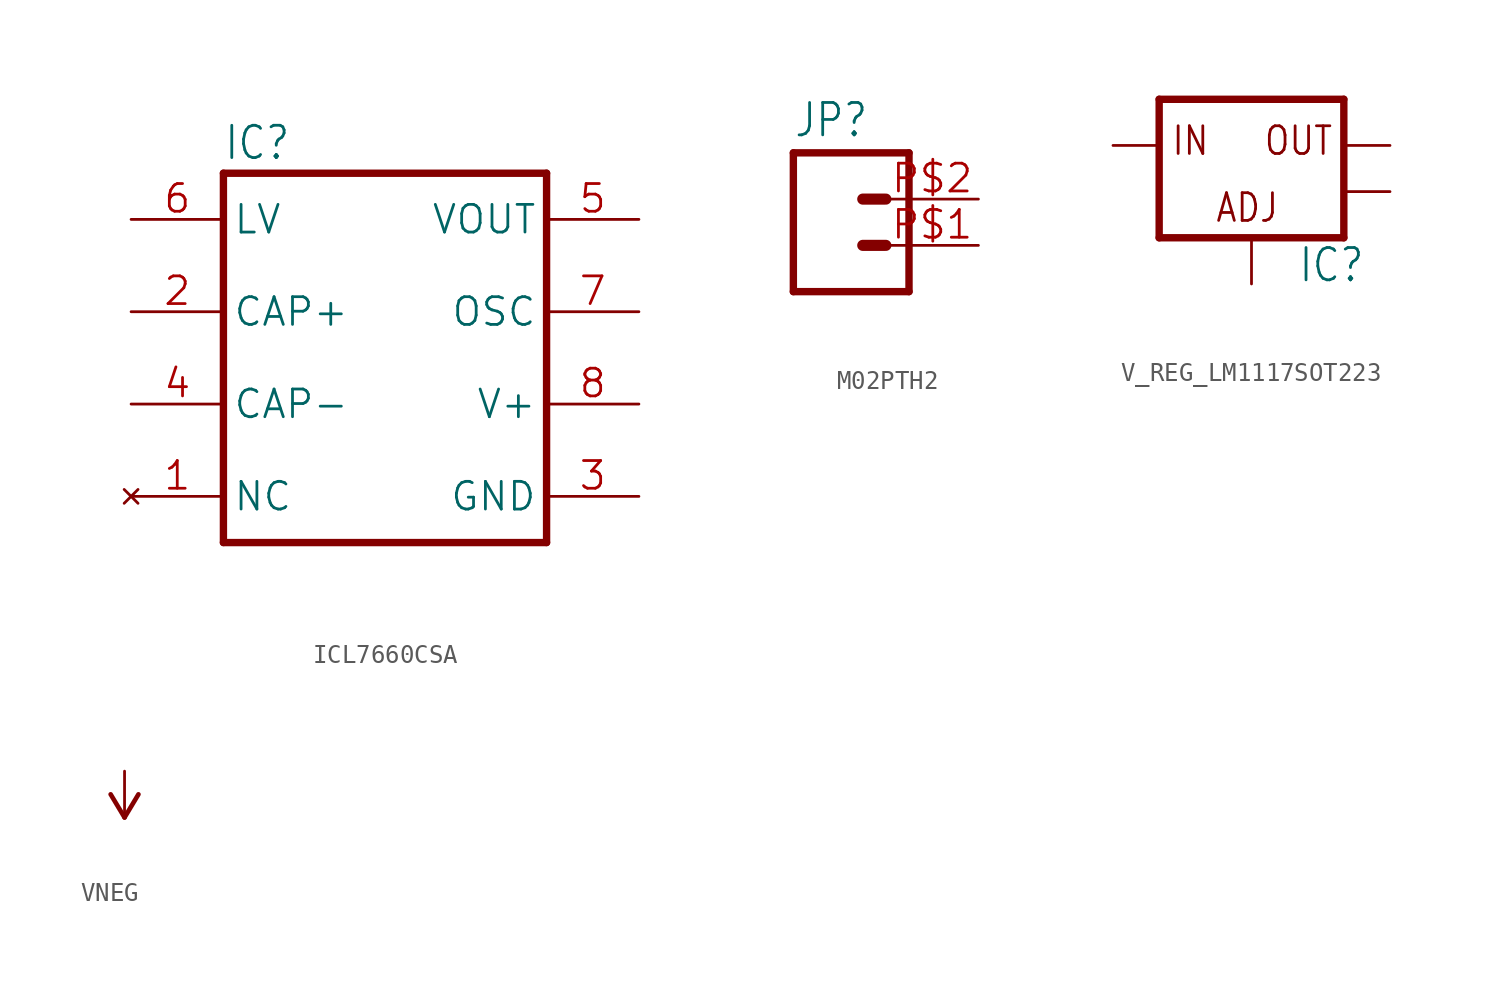
<source format=kicad_sym>
(kicad_symbol_lib
  (version 20241209)
  (generator "kicad_symbol_editor")
  (generator_version "9.0")
  (symbol "ICL7660CSA"
    (property "Reference" "IC"
      (at -10.16 10.795 0)
      (effects (font (size 1.778 1.511)) (justify left bottom)))
    (property "Value" ""
      (at -10.16 -12.7 0)
      (effects (font (size 1.778 1.511)) (justify left bottom)))
    (property "ki_locked" ""
      (at 0 0 0)
      (effects (font (size 1.27 1.27))))
    (symbol "ICL7660CSA_1_0"
      (polyline (pts (xy -10.16 -10.16) (xy -10.16 10.16)) (stroke (width 0.406) (type solid)) (fill (type none)))
      (polyline (pts (xy -10.16 -10.16) (xy 7.62 -10.16)) (stroke (width 0.406) (type solid)) (fill (type none)))
      (polyline (pts (xy 7.62 10.16) (xy -10.16 10.16)) (stroke (width 0.406) (type solid)) (fill (type none)))
      (polyline (pts (xy 7.62 10.16) (xy 7.62 -10.16)) (stroke (width 0.406) (type solid)) (fill (type none)))
      (pin passive line (at -15.24 7.62 0) (length 5.08) (name "LV" (effects (font (size 1.524 1.524)))) (number "6" (effects (font (size 1.524 1.524)))))
      (pin passive line (at -15.24 2.54 0) (length 5.08) (name "CAP+" (effects (font (size 1.524 1.524)))) (number "2" (effects (font (size 1.524 1.524)))))
      (pin passive line (at -15.24 -2.54 0) (length 5.08) (name "CAP-" (effects (font (size 1.524 1.524)))) (number "4" (effects (font (size 1.524 1.524)))))
      (pin no_connect line (at -15.24 -7.62 0) (length 5.08) (name "NC" (effects (font (size 1.524 1.524)))) (number "1" (effects (font (size 1.524 1.524)))))
      (pin output line (at 12.7 7.62 180) (length 5.08) (name "VOUT" (effects (font (size 1.524 1.524)))) (number "5" (effects (font (size 1.524 1.524)))))
      (pin output line (at 12.7 2.54 180) (length 5.08) (name "OSC" (effects (font (size 1.524 1.524)))) (number "7" (effects (font (size 1.524 1.524)))))
      (pin power_in line (at 12.7 -2.54 180) (length 5.08) (name "V+" (effects (font (size 1.524 1.524)))) (number "8" (effects (font (size 1.524 1.524)))))
      (pin power_in line (at 12.7 -7.62 180) (length 5.08) (name "GND" (effects (font (size 1.524 1.524)))) (number "3" (effects (font (size 1.524 1.524)))))))
  (symbol "M02PTH2"
    (property "Reference" "JP"
      (at -2.54 5.842 0)
      (effects (font (size 1.778 1.511)) (justify left bottom)))
    (property "Value" ""
      (at -2.54 -5.08 0)
      (effects (font (size 1.778 1.511)) (justify left bottom)))
    (property "ki_locked" ""
      (at 0 0 0)
      (effects (font (size 1.27 1.27))))
    (symbol "M02PTH2_1_0"
      (polyline (pts (xy -2.54 5.08) (xy -2.54 -2.54)) (stroke (width 0.406) (type solid)) (fill (type none)))
      (polyline (pts (xy -2.54 5.08) (xy 3.81 5.08)) (stroke (width 0.406) (type solid)) (fill (type none)))
      (polyline (pts (xy 1.27 2.54) (xy 2.54 2.54)) (stroke (width 0.61) (type solid)) (fill (type none)))
      (polyline (pts (xy 1.27 0) (xy 2.54 0)) (stroke (width 0.61) (type solid)) (fill (type none)))
      (polyline (pts (xy 3.81 -2.54) (xy -2.54 -2.54)) (stroke (width 0.406) (type solid)) (fill (type none)))
      (polyline (pts (xy 3.81 -2.54) (xy 3.81 5.08)) (stroke (width 0.406) (type solid)) (fill (type none)))
      (pin passive line (at 7.62 2.54 180) (length 5.08) (name "2" (effects (font (size 0 0)))) (number "P$2" (effects (font (size 1.524 1.524)))))
      (pin passive line (at 7.62 0 180) (length 5.08) (name "1" (effects (font (size 0 0)))) (number "P$1" (effects (font (size 1.524 1.524)))))))
  (symbol "V_REG_LM1117SOT223"
    (property "Reference" "IC"
      (at 2.54 -7.62 0)
      (effects (font (size 1.778 1.511)) (justify left bottom)))
    (property "Value" ""
      (at 2.54 -10.16 0)
      (effects (font (size 1.778 1.511)) (justify left bottom)))
    (property "ki_locked" ""
      (at 0 0 0)
      (effects (font (size 1.27 1.27))))
    (symbol "V_REG_LM1117SOT223_1_0"
      (polyline (pts (xy -5.08 2.54) (xy -5.08 -5.08)) (stroke (width 0.406) (type solid)) (fill (type none)))
      (polyline (pts (xy -5.08 -5.08) (xy 5.08 -5.08)) (stroke (width 0.406) (type solid)) (fill (type none)))
      (polyline (pts (xy 5.08 2.54) (xy -5.08 2.54)) (stroke (width 0.406) (type solid)) (fill (type none)))
      (polyline (pts (xy 5.08 -5.08) (xy 5.08 2.54)) (stroke (width 0.406) (type solid)) (fill (type none)))
      (text "IN" (at -4.445 -0.635 0) (effects (font (size 1.524 1.295)) (justify left bottom)))
      (text "ADJ" (at -2.032 -4.318 0) (effects (font (size 1.524 1.295)) (justify left bottom)))
      (text "OUT" (at 0.635 -0.635 0) (effects (font (size 1.524 1.295)) (justify left bottom)))
      (pin input line (at -7.62 0 0) (length 2.54) (name "IN" (effects (font (size 0 0)))) (number "3" (effects (font (size 0 0)))))
      (pin input line (at 0 -7.62 90) (length 2.54) (name "ADJ" (effects (font (size 0 0)))) (number "1" (effects (font (size 0 0)))))
      (pin output line (at 7.62 0 180) (length 2.54) (name "OUT" (effects (font (size 0 0)))) (number "2" (effects (font (size 0 0)))))
      (pin output line (at 7.62 -2.54 180) (length 2.54) (name "OUT@1" (effects (font (size 0 0)))) (number "4" (effects (font (size 0 0)))))))
  (symbol "VNEG"
    (power)
    (property "Reference" "#SUPPLY"
      (at 0 0 0)
      (effects (font (size 1.27 1.27)) (hide yes)))
    (property "Value" ""
      (at -2.54 -2.54 0)
      (effects (font (size 1.778 1.511)) (justify left bottom)))
    (property "ki_locked" ""
      (at 0 0 0)
      (effects (font (size 1.27 1.27))))
    (symbol "VNEG_1_0"
      (polyline (pts (xy 0 0) (xy -0.762 1.27)) (stroke (width 0.254) (type solid)) (fill (type none)))
      (polyline (pts (xy 0.762 1.27) (xy 0 0)) (stroke (width 0.254) (type solid)) (fill (type none)))
      (pin power_in line (at 0 2.54 270) (length 2.54) (name "VNEG" (effects (font (size 0 0)))) (number "1" (effects (font (size 0 0))))))))
</source>
